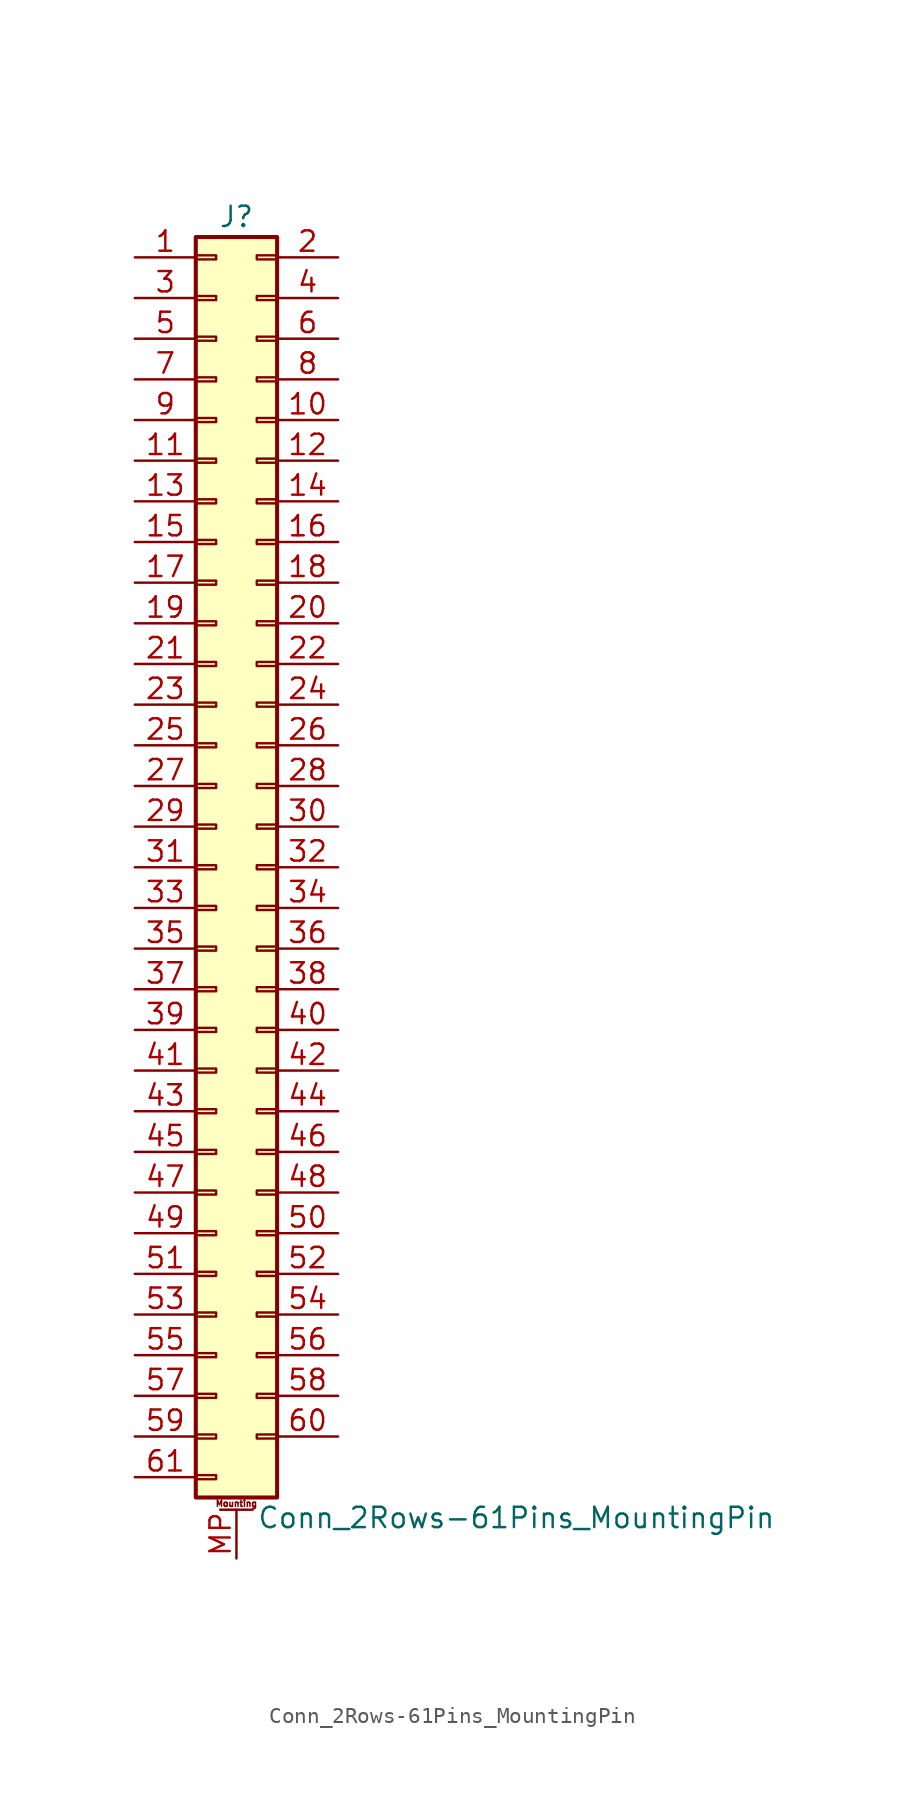
<source format=kicad_sym>
(kicad_symbol_lib
  (version 20201005)
  (generator kicad_symbol_editor)
  (symbol "Connector_Generic_MountingPin:Conn_2Rows-61Pins_MountingPin"
    (pin_names
      (offset 1.016) hide)
    (property "Reference" "J"
      (at 1.27 40.64 0)
      (effects (font (size 1.27 1.27))))
    (property "Value" "Conn_2Rows-61Pins_MountingPin"
      (at 2.54 -40.64 0)
      (effects (font (size 1.27 1.27)) (justify left)))
    (symbol "Conn_2Rows-61Pins_MountingPin_1_1"
      (text "Mounting" (at 1.27 -39.751 0) (effects (font (size 0.381 0.381))))
      (rectangle (start -1.27 -27.813) (end 0 -28.067) (stroke (width 0.152)) (fill (type none)))
      (rectangle (start -1.27 -30.353) (end 0 -30.607) (stroke (width 0.152)) (fill (type none)))
      (rectangle (start -1.27 -32.893) (end 0 -33.147) (stroke (width 0.152)) (fill (type none)))
      (rectangle (start -1.27 -35.433) (end 0 -35.687) (stroke (width 0.152)) (fill (type none)))
      (rectangle (start -1.27 -37.973) (end 0 -38.227) (stroke (width 0.152)) (fill (type none)))
      (rectangle (start -1.27 -4.953) (end 0 -5.207) (stroke (width 0.152)) (fill (type none)))
      (rectangle (start -1.27 -7.493) (end 0 -7.747) (stroke (width 0.152)) (fill (type none)))
      (rectangle (start -1.27 -10.033) (end 0 -10.287) (stroke (width 0.152)) (fill (type none)))
      (rectangle (start -1.27 -12.573) (end 0 -12.827) (stroke (width 0.152)) (fill (type none)))
      (rectangle (start -1.27 -15.113) (end 0 -15.367) (stroke (width 0.152)) (fill (type none)))
      (rectangle (start -1.27 -17.653) (end 0 -17.907) (stroke (width 0.152)) (fill (type none)))
      (rectangle (start -1.27 -20.193) (end 0 -20.447) (stroke (width 0.152)) (fill (type none)))
      (rectangle (start -1.27 -22.733) (end 0 -22.987) (stroke (width 0.152)) (fill (type none)))
      (rectangle (start -1.27 -2.413) (end 0 -2.667) (stroke (width 0.152)) (fill (type none)))
      (rectangle (start -1.27 -25.273) (end 0 -25.527) (stroke (width 0.152)) (fill (type none)))
      (rectangle (start -1.27 25.527) (end 0 25.273) (stroke (width 0.152)) (fill (type none)))
      (rectangle (start -1.27 2.667) (end 0 2.413) (stroke (width 0.152)) (fill (type none)))
      (rectangle (start -1.27 28.067) (end 0 27.813) (stroke (width 0.152)) (fill (type none)))
      (rectangle (start -1.27 30.607) (end 0 30.353) (stroke (width 0.152)) (fill (type none)))
      (rectangle (start -1.27 33.147) (end 0 32.893) (stroke (width 0.152)) (fill (type none)))
      (rectangle (start -1.27 35.687) (end 0 35.433) (stroke (width 0.152)) (fill (type none)))
      (rectangle (start -1.27 38.227) (end 0 37.973) (stroke (width 0.152)) (fill (type none)))
      (rectangle (start -1.27 39.37) (end 3.81 -39.37) (stroke (width 0.254)) (fill (type background)))
      (rectangle (start -1.27 5.207) (end 0 4.953) (stroke (width 0.152)) (fill (type none)))
      (rectangle (start -1.27 7.747) (end 0 7.493) (stroke (width 0.152)) (fill (type none)))
      (rectangle (start -1.27 10.287) (end 0 10.033) (stroke (width 0.152)) (fill (type none)))
      (rectangle (start -1.27 0.127) (end 0 -0.127) (stroke (width 0.152)) (fill (type none)))
      (rectangle (start -1.27 12.827) (end 0 12.573) (stroke (width 0.152)) (fill (type none)))
      (rectangle (start -1.27 15.367) (end 0 15.113) (stroke (width 0.152)) (fill (type none)))
      (rectangle (start -1.27 17.907) (end 0 17.653) (stroke (width 0.152)) (fill (type none)))
      (rectangle (start -1.27 20.447) (end 0 20.193) (stroke (width 0.152)) (fill (type none)))
      (rectangle (start -1.27 22.987) (end 0 22.733) (stroke (width 0.152)) (fill (type none)))
      (rectangle (start 3.81 -27.813) (end 2.54 -28.067) (stroke (width 0.152)) (fill (type none)))
      (rectangle (start 3.81 -30.353) (end 2.54 -30.607) (stroke (width 0.152)) (fill (type none)))
      (rectangle (start 3.81 -32.893) (end 2.54 -33.147) (stroke (width 0.152)) (fill (type none)))
      (rectangle (start 3.81 -35.433) (end 2.54 -35.687) (stroke (width 0.152)) (fill (type none)))
      (rectangle (start 3.81 -4.953) (end 2.54 -5.207) (stroke (width 0.152)) (fill (type none)))
      (rectangle (start 3.81 -7.493) (end 2.54 -7.747) (stroke (width 0.152)) (fill (type none)))
      (rectangle (start 3.81 -10.033) (end 2.54 -10.287) (stroke (width 0.152)) (fill (type none)))
      (rectangle (start 3.81 -12.573) (end 2.54 -12.827) (stroke (width 0.152)) (fill (type none)))
      (rectangle (start 3.81 -15.113) (end 2.54 -15.367) (stroke (width 0.152)) (fill (type none)))
      (rectangle (start 3.81 -17.653) (end 2.54 -17.907) (stroke (width 0.152)) (fill (type none)))
      (rectangle (start 3.81 -20.193) (end 2.54 -20.447) (stroke (width 0.152)) (fill (type none)))
      (rectangle (start 3.81 -22.733) (end 2.54 -22.987) (stroke (width 0.152)) (fill (type none)))
      (rectangle (start 3.81 -2.413) (end 2.54 -2.667) (stroke (width 0.152)) (fill (type none)))
      (rectangle (start 3.81 -25.273) (end 2.54 -25.527) (stroke (width 0.152)) (fill (type none)))
      (rectangle (start 3.81 25.527) (end 2.54 25.273) (stroke (width 0.152)) (fill (type none)))
      (rectangle (start 3.81 2.667) (end 2.54 2.413) (stroke (width 0.152)) (fill (type none)))
      (rectangle (start 3.81 28.067) (end 2.54 27.813) (stroke (width 0.152)) (fill (type none)))
      (rectangle (start 3.81 30.607) (end 2.54 30.353) (stroke (width 0.152)) (fill (type none)))
      (rectangle (start 3.81 33.147) (end 2.54 32.893) (stroke (width 0.152)) (fill (type none)))
      (rectangle (start 3.81 35.687) (end 2.54 35.433) (stroke (width 0.152)) (fill (type none)))
      (rectangle (start 3.81 38.227) (end 2.54 37.973) (stroke (width 0.152)) (fill (type none)))
      (rectangle (start 3.81 5.207) (end 2.54 4.953) (stroke (width 0.152)) (fill (type none)))
      (rectangle (start 3.81 7.747) (end 2.54 7.493) (stroke (width 0.152)) (fill (type none)))
      (rectangle (start 3.81 10.287) (end 2.54 10.033) (stroke (width 0.152)) (fill (type none)))
      (rectangle (start 3.81 0.127) (end 2.54 -0.127) (stroke (width 0.152)) (fill (type none)))
      (rectangle (start 3.81 12.827) (end 2.54 12.573) (stroke (width 0.152)) (fill (type none)))
      (rectangle (start 3.81 15.367) (end 2.54 15.113) (stroke (width 0.152)) (fill (type none)))
      (rectangle (start 3.81 17.907) (end 2.54 17.653) (stroke (width 0.152)) (fill (type none)))
      (rectangle (start 3.81 20.447) (end 2.54 20.193) (stroke (width 0.152)) (fill (type none)))
      (rectangle (start 3.81 22.987) (end 2.54 22.733) (stroke (width 0.152)) (fill (type none)))
      (polyline (pts (xy 0.254 -40.132) (xy 2.286 -40.132)) (stroke (width 0.152)) (fill (type none)))
      (pin passive line (at 1.27 -43.18 90) (length 3.048) (name "MountPin" (effects (font (size 1.27 1.27)))) (number "MP" (effects (font (size 1.27 1.27)))))
      (pin passive line (at -5.08 38.1 0) (length 3.81) (name "Pin_1" (effects (font (size 1.27 1.27)))) (number "1" (effects (font (size 1.27 1.27)))))
      (pin passive line (at 7.62 27.94 180) (length 3.81) (name "Pin_10" (effects (font (size 1.27 1.27)))) (number "10" (effects (font (size 1.27 1.27)))))
      (pin passive line (at -5.08 25.4 0) (length 3.81) (name "Pin_11" (effects (font (size 1.27 1.27)))) (number "11" (effects (font (size 1.27 1.27)))))
      (pin passive line (at 7.62 25.4 180) (length 3.81) (name "Pin_12" (effects (font (size 1.27 1.27)))) (number "12" (effects (font (size 1.27 1.27)))))
      (pin passive line (at -5.08 22.86 0) (length 3.81) (name "Pin_13" (effects (font (size 1.27 1.27)))) (number "13" (effects (font (size 1.27 1.27)))))
      (pin passive line (at 7.62 22.86 180) (length 3.81) (name "Pin_14" (effects (font (size 1.27 1.27)))) (number "14" (effects (font (size 1.27 1.27)))))
      (pin passive line (at -5.08 20.32 0) (length 3.81) (name "Pin_15" (effects (font (size 1.27 1.27)))) (number "15" (effects (font (size 1.27 1.27)))))
      (pin passive line (at 7.62 20.32 180) (length 3.81) (name "Pin_16" (effects (font (size 1.27 1.27)))) (number "16" (effects (font (size 1.27 1.27)))))
      (pin passive line (at -5.08 17.78 0) (length 3.81) (name "Pin_17" (effects (font (size 1.27 1.27)))) (number "17" (effects (font (size 1.27 1.27)))))
      (pin passive line (at 7.62 17.78 180) (length 3.81) (name "Pin_18" (effects (font (size 1.27 1.27)))) (number "18" (effects (font (size 1.27 1.27)))))
      (pin passive line (at -5.08 15.24 0) (length 3.81) (name "Pin_19" (effects (font (size 1.27 1.27)))) (number "19" (effects (font (size 1.27 1.27)))))
      (pin passive line (at 7.62 38.1 180) (length 3.81) (name "Pin_2" (effects (font (size 1.27 1.27)))) (number "2" (effects (font (size 1.27 1.27)))))
      (pin passive line (at 7.62 15.24 180) (length 3.81) (name "Pin_20" (effects (font (size 1.27 1.27)))) (number "20" (effects (font (size 1.27 1.27)))))
      (pin passive line (at -5.08 12.7 0) (length 3.81) (name "Pin_21" (effects (font (size 1.27 1.27)))) (number "21" (effects (font (size 1.27 1.27)))))
      (pin passive line (at 7.62 12.7 180) (length 3.81) (name "Pin_22" (effects (font (size 1.27 1.27)))) (number "22" (effects (font (size 1.27 1.27)))))
      (pin passive line (at -5.08 10.16 0) (length 3.81) (name "Pin_23" (effects (font (size 1.27 1.27)))) (number "23" (effects (font (size 1.27 1.27)))))
      (pin passive line (at 7.62 10.16 180) (length 3.81) (name "Pin_24" (effects (font (size 1.27 1.27)))) (number "24" (effects (font (size 1.27 1.27)))))
      (pin passive line (at -5.08 7.62 0) (length 3.81) (name "Pin_25" (effects (font (size 1.27 1.27)))) (number "25" (effects (font (size 1.27 1.27)))))
      (pin passive line (at 7.62 7.62 180) (length 3.81) (name "Pin_26" (effects (font (size 1.27 1.27)))) (number "26" (effects (font (size 1.27 1.27)))))
      (pin passive line (at -5.08 5.08 0) (length 3.81) (name "Pin_27" (effects (font (size 1.27 1.27)))) (number "27" (effects (font (size 1.27 1.27)))))
      (pin passive line (at 7.62 5.08 180) (length 3.81) (name "Pin_28" (effects (font (size 1.27 1.27)))) (number "28" (effects (font (size 1.27 1.27)))))
      (pin passive line (at -5.08 2.54 0) (length 3.81) (name "Pin_29" (effects (font (size 1.27 1.27)))) (number "29" (effects (font (size 1.27 1.27)))))
      (pin passive line (at -5.08 35.56 0) (length 3.81) (name "Pin_3" (effects (font (size 1.27 1.27)))) (number "3" (effects (font (size 1.27 1.27)))))
      (pin passive line (at 7.62 2.54 180) (length 3.81) (name "Pin_30" (effects (font (size 1.27 1.27)))) (number "30" (effects (font (size 1.27 1.27)))))
      (pin passive line (at -5.08 0 0) (length 3.81) (name "Pin_31" (effects (font (size 1.27 1.27)))) (number "31" (effects (font (size 1.27 1.27)))))
      (pin passive line (at 7.62 0 180) (length 3.81) (name "Pin_32" (effects (font (size 1.27 1.27)))) (number "32" (effects (font (size 1.27 1.27)))))
      (pin passive line (at -5.08 -2.54 0) (length 3.81) (name "Pin_33" (effects (font (size 1.27 1.27)))) (number "33" (effects (font (size 1.27 1.27)))))
      (pin passive line (at 7.62 -2.54 180) (length 3.81) (name "Pin_34" (effects (font (size 1.27 1.27)))) (number "34" (effects (font (size 1.27 1.27)))))
      (pin passive line (at -5.08 -5.08 0) (length 3.81) (name "Pin_35" (effects (font (size 1.27 1.27)))) (number "35" (effects (font (size 1.27 1.27)))))
      (pin passive line (at 7.62 -5.08 180) (length 3.81) (name "Pin_36" (effects (font (size 1.27 1.27)))) (number "36" (effects (font (size 1.27 1.27)))))
      (pin passive line (at -5.08 -7.62 0) (length 3.81) (name "Pin_37" (effects (font (size 1.27 1.27)))) (number "37" (effects (font (size 1.27 1.27)))))
      (pin passive line (at 7.62 -7.62 180) (length 3.81) (name "Pin_38" (effects (font (size 1.27 1.27)))) (number "38" (effects (font (size 1.27 1.27)))))
      (pin passive line (at -5.08 -10.16 0) (length 3.81) (name "Pin_39" (effects (font (size 1.27 1.27)))) (number "39" (effects (font (size 1.27 1.27)))))
      (pin passive line (at 7.62 35.56 180) (length 3.81) (name "Pin_4" (effects (font (size 1.27 1.27)))) (number "4" (effects (font (size 1.27 1.27)))))
      (pin passive line (at 7.62 -10.16 180) (length 3.81) (name "Pin_40" (effects (font (size 1.27 1.27)))) (number "40" (effects (font (size 1.27 1.27)))))
      (pin passive line (at -5.08 -12.7 0) (length 3.81) (name "Pin_41" (effects (font (size 1.27 1.27)))) (number "41" (effects (font (size 1.27 1.27)))))
      (pin passive line (at 7.62 -12.7 180) (length 3.81) (name "Pin_42" (effects (font (size 1.27 1.27)))) (number "42" (effects (font (size 1.27 1.27)))))
      (pin passive line (at -5.08 -15.24 0) (length 3.81) (name "Pin_43" (effects (font (size 1.27 1.27)))) (number "43" (effects (font (size 1.27 1.27)))))
      (pin passive line (at 7.62 -15.24 180) (length 3.81) (name "Pin_44" (effects (font (size 1.27 1.27)))) (number "44" (effects (font (size 1.27 1.27)))))
      (pin passive line (at -5.08 -17.78 0) (length 3.81) (name "Pin_45" (effects (font (size 1.27 1.27)))) (number "45" (effects (font (size 1.27 1.27)))))
      (pin passive line (at 7.62 -17.78 180) (length 3.81) (name "Pin_46" (effects (font (size 1.27 1.27)))) (number "46" (effects (font (size 1.27 1.27)))))
      (pin passive line (at -5.08 -20.32 0) (length 3.81) (name "Pin_47" (effects (font (size 1.27 1.27)))) (number "47" (effects (font (size 1.27 1.27)))))
      (pin passive line (at 7.62 -20.32 180) (length 3.81) (name "Pin_48" (effects (font (size 1.27 1.27)))) (number "48" (effects (font (size 1.27 1.27)))))
      (pin passive line (at -5.08 -22.86 0) (length 3.81) (name "Pin_49" (effects (font (size 1.27 1.27)))) (number "49" (effects (font (size 1.27 1.27)))))
      (pin passive line (at -5.08 33.02 0) (length 3.81) (name "Pin_5" (effects (font (size 1.27 1.27)))) (number "5" (effects (font (size 1.27 1.27)))))
      (pin passive line (at 7.62 -22.86 180) (length 3.81) (name "Pin_50" (effects (font (size 1.27 1.27)))) (number "50" (effects (font (size 1.27 1.27)))))
      (pin passive line (at -5.08 -25.4 0) (length 3.81) (name "Pin_51" (effects (font (size 1.27 1.27)))) (number "51" (effects (font (size 1.27 1.27)))))
      (pin passive line (at 7.62 -25.4 180) (length 3.81) (name "Pin_52" (effects (font (size 1.27 1.27)))) (number "52" (effects (font (size 1.27 1.27)))))
      (pin passive line (at -5.08 -27.94 0) (length 3.81) (name "Pin_53" (effects (font (size 1.27 1.27)))) (number "53" (effects (font (size 1.27 1.27)))))
      (pin passive line (at 7.62 -27.94 180) (length 3.81) (name "Pin_54" (effects (font (size 1.27 1.27)))) (number "54" (effects (font (size 1.27 1.27)))))
      (pin passive line (at -5.08 -30.48 0) (length 3.81) (name "Pin_55" (effects (font (size 1.27 1.27)))) (number "55" (effects (font (size 1.27 1.27)))))
      (pin passive line (at 7.62 -30.48 180) (length 3.81) (name "Pin_56" (effects (font (size 1.27 1.27)))) (number "56" (effects (font (size 1.27 1.27)))))
      (pin passive line (at -5.08 -33.02 0) (length 3.81) (name "Pin_57" (effects (font (size 1.27 1.27)))) (number "57" (effects (font (size 1.27 1.27)))))
      (pin passive line (at 7.62 -33.02 180) (length 3.81) (name "Pin_58" (effects (font (size 1.27 1.27)))) (number "58" (effects (font (size 1.27 1.27)))))
      (pin passive line (at -5.08 -35.56 0) (length 3.81) (name "Pin_59" (effects (font (size 1.27 1.27)))) (number "59" (effects (font (size 1.27 1.27)))))
      (pin passive line (at 7.62 33.02 180) (length 3.81) (name "Pin_6" (effects (font (size 1.27 1.27)))) (number "6" (effects (font (size 1.27 1.27)))))
      (pin passive line (at 7.62 -35.56 180) (length 3.81) (name "Pin_60" (effects (font (size 1.27 1.27)))) (number "60" (effects (font (size 1.27 1.27)))))
      (pin passive line (at -5.08 -38.1 0) (length 3.81) (name "Pin_61" (effects (font (size 1.27 1.27)))) (number "61" (effects (font (size 1.27 1.27)))))
      (pin passive line (at -5.08 30.48 0) (length 3.81) (name "Pin_7" (effects (font (size 1.27 1.27)))) (number "7" (effects (font (size 1.27 1.27)))))
      (pin passive line (at 7.62 30.48 180) (length 3.81) (name "Pin_8" (effects (font (size 1.27 1.27)))) (number "8" (effects (font (size 1.27 1.27)))))
      (pin passive line (at -5.08 27.94 0) (length 3.81) (name "Pin_9" (effects (font (size 1.27 1.27)))) (number "9" (effects (font (size 1.27 1.27))))))))
</source>
